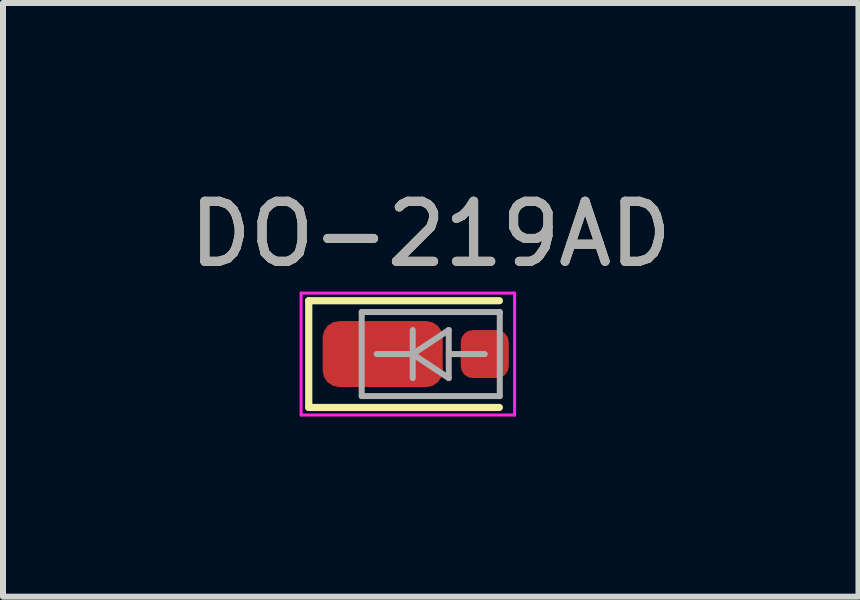
<source format=kicad_pcb>
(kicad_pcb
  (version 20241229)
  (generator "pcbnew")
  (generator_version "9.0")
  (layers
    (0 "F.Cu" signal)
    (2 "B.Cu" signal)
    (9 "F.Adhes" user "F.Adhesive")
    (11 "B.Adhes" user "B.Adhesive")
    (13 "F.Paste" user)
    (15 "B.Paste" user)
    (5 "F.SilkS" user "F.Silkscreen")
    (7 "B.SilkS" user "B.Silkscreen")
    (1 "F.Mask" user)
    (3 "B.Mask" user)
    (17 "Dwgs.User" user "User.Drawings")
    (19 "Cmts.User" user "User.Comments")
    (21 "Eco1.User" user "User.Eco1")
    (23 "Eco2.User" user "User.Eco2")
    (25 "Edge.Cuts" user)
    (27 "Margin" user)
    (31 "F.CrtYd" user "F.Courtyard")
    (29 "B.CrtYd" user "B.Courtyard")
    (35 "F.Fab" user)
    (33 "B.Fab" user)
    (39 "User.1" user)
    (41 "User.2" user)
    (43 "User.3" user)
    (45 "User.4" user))
  (footprint "DO-219AD"
    (layer "F.Cu")
    (at 4.125 2.848)
    (property "Reference" "DO-219AD" (at 0 -2 0) (layer "F.SilkS") (effects (font (size 1 1) (thickness 0.15))))
    (attr smd)
    (fp_line (start -2.032 -0.889) (end -2.032 0.889) (stroke (width 0.12) (type solid)) (layer "F.SilkS"))
    (fp_line (start -2.032 -0.889) (end 1.143 -0.889) (stroke (width 0.12) (type solid)) (layer "F.SilkS"))
    (fp_line (start -2.032 0.889) (end 1.143 0.889) (stroke (width 0.12) (type solid)) (layer "F.SilkS"))
    (fp_line (start -2.159 -1.016) (end 1.397 -1.016) (stroke (width 0.05) (type solid)) (layer "F.CrtYd"))
    (fp_line (start -2.159 1.016) (end -2.159 -1.016) (stroke (width 0.05) (type solid)) (layer "F.CrtYd"))
    (fp_line (start 1.397 -1.016) (end 1.397 1.016) (stroke (width 0.05) (type solid)) (layer "F.CrtYd"))
    (fp_line (start 1.397 1.016) (end -2.159 1.016) (stroke (width 0.05) (type solid)) (layer "F.CrtYd"))
    (fp_line (start -1.15 0.7) (end -1.15 -0.7) (stroke (width 0.1) (type solid)) (layer "F.Fab"))
    (fp_line (start -0.3 -0.4) (end -0.3 0.4) (stroke (width 0.1) (type solid)) (layer "F.Fab"))
    (fp_line (start -0.3 0) (end -0.9 0) (stroke (width 0.1) (type solid)) (layer "F.Fab"))
    (fp_line (start -0.3 0) (end 0.3 -0.4) (stroke (width 0.1) (type solid)) (layer "F.Fab"))
    (fp_line (start -0.3 0.001) (end 0.3 0.4) (stroke (width 0.1) (type solid)) (layer "F.Fab"))
    (fp_line (start 0.3 0) (end 0.9 0) (stroke (width 0.1) (type solid)) (layer "F.Fab"))
    (fp_line (start 0.3 0.4) (end 0.3 -0.4) (stroke (width 0.1) (type solid)) (layer "F.Fab"))
    (fp_line (start 1.15 -0.7) (end -1.15 -0.7) (stroke (width 0.1) (type solid)) (layer "F.Fab"))
    (fp_line (start 1.15 -0.7) (end 1.15 0.7) (stroke (width 0.1) (type solid)) (layer "F.Fab"))
    (fp_line (start 1.15 0.7) (end -1.15 0.7) (stroke (width 0.1) (type solid)) (layer "F.Fab"))
    (fp_text user "${REFERENCE}" (at 0 -2 0) (layer "F.Fab") (effects (font (size 1 1) (thickness 0.15))))
    (pad "1" smd roundrect (at -0.8 0) (size 2 1.1) (layers "F.Cu" "F.Mask" "F.Paste") (roundrect_rratio 0.25))
    (pad "2" smd roundrect (at 0.9 0) (size 0.8 0.8) (layers "F.Cu" "F.Mask" "F.Paste") (roundrect_rratio 0.25)))
  (gr_rect
    (start -3 -3)
    (end 11.25 6.889)
    (stroke (width 0.1) (type default))
    (fill no)
    (layer "Edge.Cuts")))
</source>
